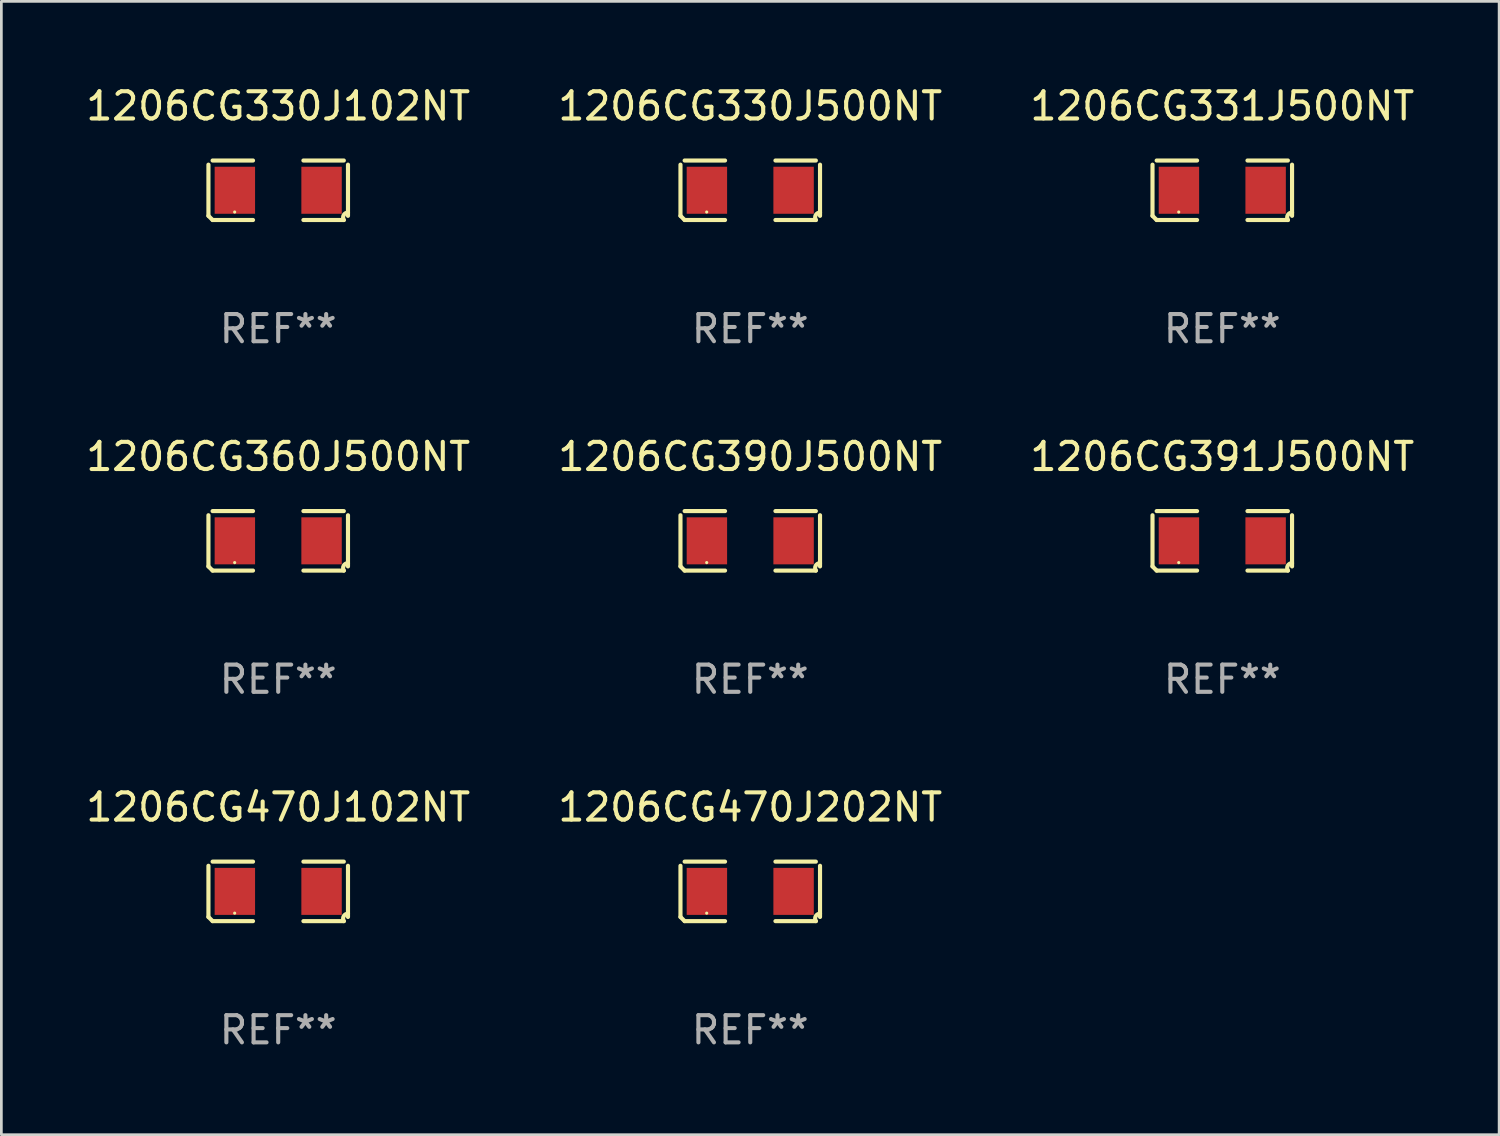
<source format=kicad_pcb>
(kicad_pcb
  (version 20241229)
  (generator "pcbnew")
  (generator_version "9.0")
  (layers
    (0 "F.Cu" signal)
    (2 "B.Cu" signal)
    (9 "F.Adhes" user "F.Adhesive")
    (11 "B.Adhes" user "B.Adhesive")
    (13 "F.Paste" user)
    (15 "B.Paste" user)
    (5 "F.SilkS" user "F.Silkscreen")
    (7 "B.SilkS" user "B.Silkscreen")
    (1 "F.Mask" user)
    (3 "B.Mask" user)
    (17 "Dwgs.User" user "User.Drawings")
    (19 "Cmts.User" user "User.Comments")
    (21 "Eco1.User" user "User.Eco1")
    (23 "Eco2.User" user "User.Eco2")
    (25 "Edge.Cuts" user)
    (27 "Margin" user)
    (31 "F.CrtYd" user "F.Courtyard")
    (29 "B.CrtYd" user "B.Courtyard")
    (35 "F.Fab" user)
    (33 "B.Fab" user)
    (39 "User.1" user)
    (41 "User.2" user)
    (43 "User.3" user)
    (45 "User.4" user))
  (footprint "1206CG391J500NT"
    (layer "F.Cu")
    (at 41.863 16.823)
    (property "Reference" "1206CG391J500NT" (at 0 -3.093 0) (layer "F.SilkS") (effects (font (size 1 1) (thickness 0.15))))
    (attr through_hole)
    (fp_line (start -2.564 0.94) (end -2.564 -0.94) (stroke (width 0.152) (type solid)) (layer "F.SilkS"))
    (fp_line (start -2.411 -1.093) (end -0.926 -1.093) (stroke (width 0.152) (type solid)) (layer "F.SilkS"))
    (fp_line (start -0.926 1.093) (end -2.411 1.093) (stroke (width 0.152) (type solid)) (layer "F.SilkS"))
    (fp_line (start 0.926 1.093) (end 2.411 1.093) (stroke (width 0.152) (type solid)) (layer "F.SilkS"))
    (fp_line (start 2.411 -1.093) (end 0.926 -1.093) (stroke (width 0.152) (type solid)) (layer "F.SilkS"))
    (fp_line (start 2.564 0.94) (end 2.564 -0.94) (stroke (width 0.152) (type solid)) (layer "F.SilkS"))
    (fp_arc (start -2.411201 1.092609) (mid -2.487413 1.01642) (end -2.563602 0.940208) (stroke (width 0.1524) (type solid)) (layer "F.SilkS"))
    (fp_arc (start 2.411201 1.092609) (mid 2.407159 0.911226) (end 2.563602 0.819347) (stroke (width 0.1524) (type solid)) (layer "F.SilkS"))
    (fp_circle (center -1.6 0.8) (end -1.57 0.8) (stroke (width 0.06) (type solid)) (fill no) (layer "F.SilkS"))
    (fp_text user "REF**" (at 0 5.093 0) (layer "F.Fab") (effects (font (size 1 1) (thickness 0.15))))
    (pad "1" smd rect (at -1.593 0) (size 1.485 1.728) (layers "F.Cu" "F.Mask" "F.Paste"))
    (pad "2" smd rect (at 1.593 0) (size 1.485 1.728) (layers "F.Cu" "F.Mask" "F.Paste")))
  (footprint "1206CG470J102NT"
    (layer "F.Cu")
    (at 7.173 29.704)
    (property "Reference" "1206CG470J102NT" (at 0 -3.093 0) (layer "F.SilkS") (effects (font (size 1 1) (thickness 0.15))))
    (attr through_hole)
    (fp_line (start -2.564 0.94) (end -2.564 -0.94) (stroke (width 0.152) (type solid)) (layer "F.SilkS"))
    (fp_line (start -2.411 -1.093) (end -0.926 -1.093) (stroke (width 0.152) (type solid)) (layer "F.SilkS"))
    (fp_line (start -0.926 1.093) (end -2.411 1.093) (stroke (width 0.152) (type solid)) (layer "F.SilkS"))
    (fp_line (start 0.926 1.093) (end 2.411 1.093) (stroke (width 0.152) (type solid)) (layer "F.SilkS"))
    (fp_line (start 2.411 -1.093) (end 0.926 -1.093) (stroke (width 0.152) (type solid)) (layer "F.SilkS"))
    (fp_line (start 2.564 0.94) (end 2.564 -0.94) (stroke (width 0.152) (type solid)) (layer "F.SilkS"))
    (fp_arc (start -2.411201 1.092609) (mid -2.487413 1.01642) (end -2.563602 0.940208) (stroke (width 0.1524) (type solid)) (layer "F.SilkS"))
    (fp_arc (start 2.411201 1.092609) (mid 2.407159 0.911226) (end 2.563602 0.819347) (stroke (width 0.1524) (type solid)) (layer "F.SilkS"))
    (fp_circle (center -1.6 0.8) (end -1.57 0.8) (stroke (width 0.06) (type solid)) (fill no) (layer "F.SilkS"))
    (fp_text user "REF**" (at 0 5.093 0) (layer "F.Fab") (effects (font (size 1 1) (thickness 0.15))))
    (pad "1" smd rect (at -1.593 0) (size 1.485 1.728) (layers "F.Cu" "F.Mask" "F.Paste"))
    (pad "2" smd rect (at 1.593 0) (size 1.485 1.728) (layers "F.Cu" "F.Mask" "F.Paste")))
  (footprint "1206CG390J500NT"
    (layer "F.Cu")
    (at 24.518 16.823)
    (property "Reference" "1206CG390J500NT" (at 0 -3.093 0) (layer "F.SilkS") (effects (font (size 1 1) (thickness 0.15))))
    (attr through_hole)
    (fp_line (start -2.564 0.94) (end -2.564 -0.94) (stroke (width 0.152) (type solid)) (layer "F.SilkS"))
    (fp_line (start -2.411 -1.093) (end -0.926 -1.093) (stroke (width 0.152) (type solid)) (layer "F.SilkS"))
    (fp_line (start -0.926 1.093) (end -2.411 1.093) (stroke (width 0.152) (type solid)) (layer "F.SilkS"))
    (fp_line (start 0.926 1.093) (end 2.411 1.093) (stroke (width 0.152) (type solid)) (layer "F.SilkS"))
    (fp_line (start 2.411 -1.093) (end 0.926 -1.093) (stroke (width 0.152) (type solid)) (layer "F.SilkS"))
    (fp_line (start 2.564 0.94) (end 2.564 -0.94) (stroke (width 0.152) (type solid)) (layer "F.SilkS"))
    (fp_arc (start -2.411201 1.092609) (mid -2.487413 1.01642) (end -2.563602 0.940208) (stroke (width 0.1524) (type solid)) (layer "F.SilkS"))
    (fp_arc (start 2.411201 1.092609) (mid 2.407159 0.911226) (end 2.563602 0.819347) (stroke (width 0.1524) (type solid)) (layer "F.SilkS"))
    (fp_circle (center -1.6 0.8) (end -1.57 0.8) (stroke (width 0.06) (type solid)) (fill no) (layer "F.SilkS"))
    (fp_text user "REF**" (at 0 5.093 0) (layer "F.Fab") (effects (font (size 1 1) (thickness 0.15))))
    (pad "1" smd rect (at -1.593 0) (size 1.485 1.728) (layers "F.Cu" "F.Mask" "F.Paste"))
    (pad "2" smd rect (at 1.593 0) (size 1.485 1.728) (layers "F.Cu" "F.Mask" "F.Paste")))
  (footprint "1206CG360J500NT"
    (layer "F.Cu")
    (at 7.173 16.823)
    (property "Reference" "1206CG360J500NT" (at 0 -3.093 0) (layer "F.SilkS") (effects (font (size 1 1) (thickness 0.15))))
    (attr through_hole)
    (fp_line (start -2.564 0.94) (end -2.564 -0.94) (stroke (width 0.152) (type solid)) (layer "F.SilkS"))
    (fp_line (start -2.411 -1.093) (end -0.926 -1.093) (stroke (width 0.152) (type solid)) (layer "F.SilkS"))
    (fp_line (start -0.926 1.093) (end -2.411 1.093) (stroke (width 0.152) (type solid)) (layer "F.SilkS"))
    (fp_line (start 0.926 1.093) (end 2.411 1.093) (stroke (width 0.152) (type solid)) (layer "F.SilkS"))
    (fp_line (start 2.411 -1.093) (end 0.926 -1.093) (stroke (width 0.152) (type solid)) (layer "F.SilkS"))
    (fp_line (start 2.564 0.94) (end 2.564 -0.94) (stroke (width 0.152) (type solid)) (layer "F.SilkS"))
    (fp_arc (start -2.411201 1.092609) (mid -2.487413 1.01642) (end -2.563602 0.940208) (stroke (width 0.1524) (type solid)) (layer "F.SilkS"))
    (fp_arc (start 2.411201 1.092609) (mid 2.407159 0.911226) (end 2.563602 0.819347) (stroke (width 0.1524) (type solid)) (layer "F.SilkS"))
    (fp_circle (center -1.6 0.8) (end -1.57 0.8) (stroke (width 0.06) (type solid)) (fill no) (layer "F.SilkS"))
    (fp_text user "REF**" (at 0 5.093 0) (layer "F.Fab") (effects (font (size 1 1) (thickness 0.15))))
    (pad "1" smd rect (at -1.593 0) (size 1.485 1.728) (layers "F.Cu" "F.Mask" "F.Paste"))
    (pad "2" smd rect (at 1.593 0) (size 1.485 1.728) (layers "F.Cu" "F.Mask" "F.Paste")))
  (footprint "1206CG330J102NT"
    (layer "F.Cu")
    (at 7.173 3.941)
    (property "Reference" "1206CG330J102NT" (at 0 -3.093 0) (layer "F.SilkS") (effects (font (size 1 1) (thickness 0.15))))
    (attr through_hole)
    (fp_line (start -2.564 0.94) (end -2.564 -0.94) (stroke (width 0.152) (type solid)) (layer "F.SilkS"))
    (fp_line (start -2.411 -1.093) (end -0.926 -1.093) (stroke (width 0.152) (type solid)) (layer "F.SilkS"))
    (fp_line (start -0.926 1.093) (end -2.411 1.093) (stroke (width 0.152) (type solid)) (layer "F.SilkS"))
    (fp_line (start 0.926 1.093) (end 2.411 1.093) (stroke (width 0.152) (type solid)) (layer "F.SilkS"))
    (fp_line (start 2.411 -1.093) (end 0.926 -1.093) (stroke (width 0.152) (type solid)) (layer "F.SilkS"))
    (fp_line (start 2.564 0.94) (end 2.564 -0.94) (stroke (width 0.152) (type solid)) (layer "F.SilkS"))
    (fp_arc (start -2.411201 1.092609) (mid -2.487413 1.01642) (end -2.563602 0.940208) (stroke (width 0.1524) (type solid)) (layer "F.SilkS"))
    (fp_arc (start 2.411201 1.092609) (mid 2.407159 0.911226) (end 2.563602 0.819347) (stroke (width 0.1524) (type solid)) (layer "F.SilkS"))
    (fp_circle (center -1.6 0.8) (end -1.57 0.8) (stroke (width 0.06) (type solid)) (fill no) (layer "F.SilkS"))
    (fp_text user "REF**" (at 0 5.093 0) (layer "F.Fab") (effects (font (size 1 1) (thickness 0.15))))
    (pad "1" smd rect (at -1.593 0) (size 1.485 1.728) (layers "F.Cu" "F.Mask" "F.Paste"))
    (pad "2" smd rect (at 1.593 0) (size 1.485 1.728) (layers "F.Cu" "F.Mask" "F.Paste")))
  (footprint "1206CG470J202NT"
    (layer "F.Cu")
    (at 24.518 29.704)
    (property "Reference" "1206CG470J202NT" (at 0 -3.093 0) (layer "F.SilkS") (effects (font (size 1 1) (thickness 0.15))))
    (attr through_hole)
    (fp_line (start -2.564 0.94) (end -2.564 -0.94) (stroke (width 0.152) (type solid)) (layer "F.SilkS"))
    (fp_line (start -2.411 -1.093) (end -0.926 -1.093) (stroke (width 0.152) (type solid)) (layer "F.SilkS"))
    (fp_line (start -0.926 1.093) (end -2.411 1.093) (stroke (width 0.152) (type solid)) (layer "F.SilkS"))
    (fp_line (start 0.926 1.093) (end 2.411 1.093) (stroke (width 0.152) (type solid)) (layer "F.SilkS"))
    (fp_line (start 2.411 -1.093) (end 0.926 -1.093) (stroke (width 0.152) (type solid)) (layer "F.SilkS"))
    (fp_line (start 2.564 0.94) (end 2.564 -0.94) (stroke (width 0.152) (type solid)) (layer "F.SilkS"))
    (fp_arc (start -2.411201 1.092609) (mid -2.487413 1.01642) (end -2.563602 0.940208) (stroke (width 0.1524) (type solid)) (layer "F.SilkS"))
    (fp_arc (start 2.411201 1.092609) (mid 2.407159 0.911226) (end 2.563602 0.819347) (stroke (width 0.1524) (type solid)) (layer "F.SilkS"))
    (fp_circle (center -1.6 0.8) (end -1.57 0.8) (stroke (width 0.06) (type solid)) (fill no) (layer "F.SilkS"))
    (fp_text user "REF**" (at 0 5.093 0) (layer "F.Fab") (effects (font (size 1 1) (thickness 0.15))))
    (pad "1" smd rect (at -1.593 0) (size 1.485 1.728) (layers "F.Cu" "F.Mask" "F.Paste"))
    (pad "2" smd rect (at 1.593 0) (size 1.485 1.728) (layers "F.Cu" "F.Mask" "F.Paste")))
  (footprint "1206CG330J500NT"
    (layer "F.Cu")
    (at 24.518 3.941)
    (property "Reference" "1206CG330J500NT" (at 0 -3.093 0) (layer "F.SilkS") (effects (font (size 1 1) (thickness 0.15))))
    (attr through_hole)
    (fp_line (start -2.564 0.94) (end -2.564 -0.94) (stroke (width 0.152) (type solid)) (layer "F.SilkS"))
    (fp_line (start -2.411 -1.093) (end -0.926 -1.093) (stroke (width 0.152) (type solid)) (layer "F.SilkS"))
    (fp_line (start -0.926 1.093) (end -2.411 1.093) (stroke (width 0.152) (type solid)) (layer "F.SilkS"))
    (fp_line (start 0.926 1.093) (end 2.411 1.093) (stroke (width 0.152) (type solid)) (layer "F.SilkS"))
    (fp_line (start 2.411 -1.093) (end 0.926 -1.093) (stroke (width 0.152) (type solid)) (layer "F.SilkS"))
    (fp_line (start 2.564 0.94) (end 2.564 -0.94) (stroke (width 0.152) (type solid)) (layer "F.SilkS"))
    (fp_arc (start -2.411201 1.092609) (mid -2.487413 1.01642) (end -2.563602 0.940208) (stroke (width 0.1524) (type solid)) (layer "F.SilkS"))
    (fp_arc (start 2.411201 1.092609) (mid 2.407159 0.911226) (end 2.563602 0.819347) (stroke (width 0.1524) (type solid)) (layer "F.SilkS"))
    (fp_circle (center -1.6 0.8) (end -1.57 0.8) (stroke (width 0.06) (type solid)) (fill no) (layer "F.SilkS"))
    (fp_text user "REF**" (at 0 5.093 0) (layer "F.Fab") (effects (font (size 1 1) (thickness 0.15))))
    (pad "1" smd rect (at -1.593 0) (size 1.485 1.728) (layers "F.Cu" "F.Mask" "F.Paste"))
    (pad "2" smd rect (at 1.593 0) (size 1.485 1.728) (layers "F.Cu" "F.Mask" "F.Paste")))
  (footprint "1206CG331J500NT"
    (layer "F.Cu")
    (at 41.863 3.941)
    (property "Reference" "1206CG331J500NT" (at 0 -3.093 0) (layer "F.SilkS") (effects (font (size 1 1) (thickness 0.15))))
    (attr through_hole)
    (fp_line (start -2.564 0.94) (end -2.564 -0.94) (stroke (width 0.152) (type solid)) (layer "F.SilkS"))
    (fp_line (start -2.411 -1.093) (end -0.926 -1.093) (stroke (width 0.152) (type solid)) (layer "F.SilkS"))
    (fp_line (start -0.926 1.093) (end -2.411 1.093) (stroke (width 0.152) (type solid)) (layer "F.SilkS"))
    (fp_line (start 0.926 1.093) (end 2.411 1.093) (stroke (width 0.152) (type solid)) (layer "F.SilkS"))
    (fp_line (start 2.411 -1.093) (end 0.926 -1.093) (stroke (width 0.152) (type solid)) (layer "F.SilkS"))
    (fp_line (start 2.564 0.94) (end 2.564 -0.94) (stroke (width 0.152) (type solid)) (layer "F.SilkS"))
    (fp_arc (start -2.411201 1.092609) (mid -2.487413 1.01642) (end -2.563602 0.940208) (stroke (width 0.1524) (type solid)) (layer "F.SilkS"))
    (fp_arc (start 2.411201 1.092609) (mid 2.407159 0.911226) (end 2.563602 0.819347) (stroke (width 0.1524) (type solid)) (layer "F.SilkS"))
    (fp_circle (center -1.6 0.8) (end -1.57 0.8) (stroke (width 0.06) (type solid)) (fill no) (layer "F.SilkS"))
    (fp_text user "REF**" (at 0 5.093 0) (layer "F.Fab") (effects (font (size 1 1) (thickness 0.15))))
    (pad "1" smd rect (at -1.593 0) (size 1.485 1.728) (layers "F.Cu" "F.Mask" "F.Paste"))
    (pad "2" smd rect (at 1.593 0) (size 1.485 1.728) (layers "F.Cu" "F.Mask" "F.Paste")))
  (gr_rect
    (start -3 -3)
    (end 52.036 38.645)
    (stroke (width 0.1) (type default))
    (fill no)
    (layer "Edge.Cuts")))
</source>
